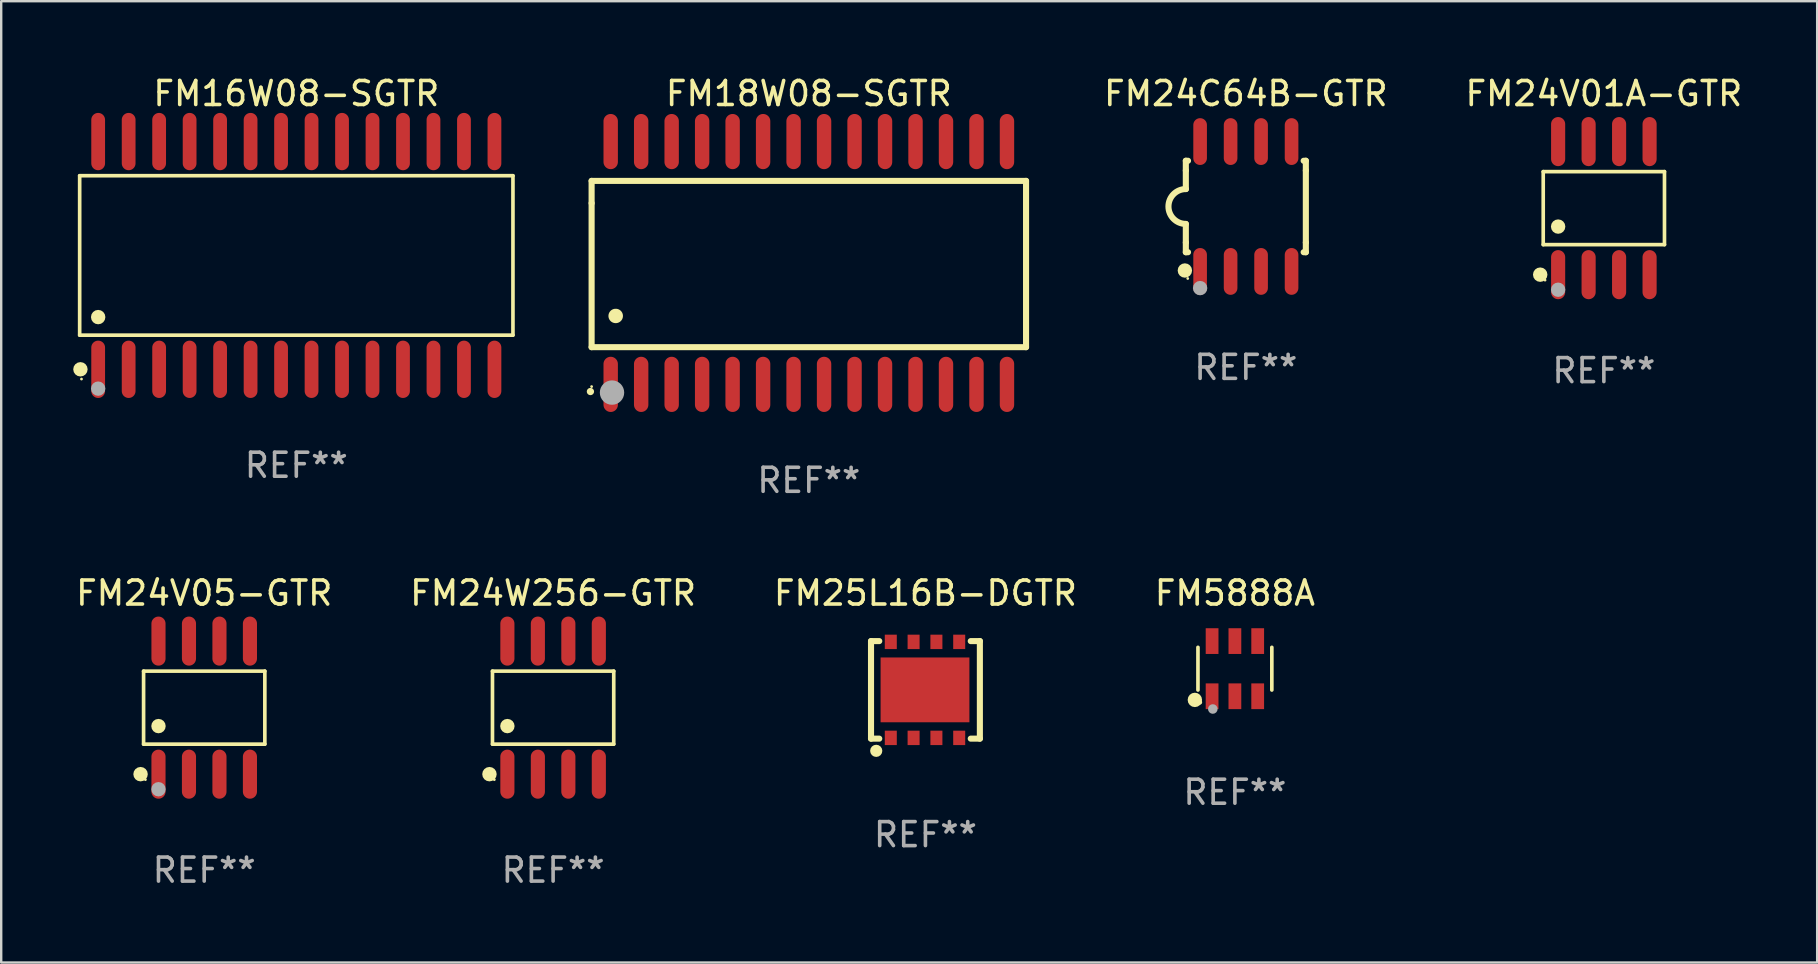
<source format=kicad_pcb>
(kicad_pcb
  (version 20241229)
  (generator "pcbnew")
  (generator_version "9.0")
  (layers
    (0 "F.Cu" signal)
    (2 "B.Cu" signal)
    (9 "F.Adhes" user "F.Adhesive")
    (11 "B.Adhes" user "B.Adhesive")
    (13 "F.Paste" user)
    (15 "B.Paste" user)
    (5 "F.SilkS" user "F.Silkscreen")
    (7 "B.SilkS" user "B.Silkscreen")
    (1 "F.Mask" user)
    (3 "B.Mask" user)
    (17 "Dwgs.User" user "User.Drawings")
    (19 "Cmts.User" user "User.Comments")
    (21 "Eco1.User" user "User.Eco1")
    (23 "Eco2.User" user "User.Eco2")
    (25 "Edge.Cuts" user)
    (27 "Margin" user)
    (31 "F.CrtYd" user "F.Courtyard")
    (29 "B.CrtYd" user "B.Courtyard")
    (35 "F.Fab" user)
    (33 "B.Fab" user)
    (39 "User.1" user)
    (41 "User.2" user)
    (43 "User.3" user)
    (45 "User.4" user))
  (footprint "FM24W256-GTR"
    (layer "F.Cu")
    (at 19.994 26.432)
    (property "Reference" "FM24W256-GTR" (at 0 -4.772 0) (layer "F.SilkS") (effects (font (size 1 1) (thickness 0.15))))
    (attr through_hole)
    (fp_line (start -2.526 -1.521) (end 2.526 -1.521) (stroke (width 0.152) (type solid)) (layer "F.SilkS"))
    (fp_line (start -2.526 1.521) (end -2.526 -1.521) (stroke (width 0.152) (type solid)) (layer "F.SilkS"))
    (fp_line (start 2.526 -1.521) (end 2.526 1.521) (stroke (width 0.152) (type solid)) (layer "F.SilkS"))
    (fp_line (start 2.526 1.521) (end -2.526 1.521) (stroke (width 0.152) (type solid)) (layer "F.SilkS"))
    (fp_circle (center -2.652 2.772) (end -2.501 2.772) (stroke (width 0.3) (type solid)) (fill no) (layer "F.SilkS"))
    (fp_circle (center -2.45 3) (end -2.42 3) (stroke (width 0.06) (type solid)) (fill no) (layer "F.SilkS"))
    (fp_circle (center -1.905 0.769) (end -1.755 0.769) (stroke (width 0.3) (type solid)) (fill no) (layer "F.SilkS"))
    (fp_text user "REF**" (at 0 6.772 0) (layer "F.Fab") (effects (font (size 1 1) (thickness 0.15))))
    (pad "1" smd oval (at -1.905 2.772) (size 0.588 2.045) (layers "F.Cu" "F.Mask" "F.Paste"))
    (pad "2" smd oval (at -0.635 2.772) (size 0.588 2.045) (layers "F.Cu" "F.Mask" "F.Paste"))
    (pad "3" smd oval (at 0.635 2.772) (size 0.588 2.045) (layers "F.Cu" "F.Mask" "F.Paste"))
    (pad "4" smd oval (at 1.905 2.772) (size 0.588 2.045) (layers "F.Cu" "F.Mask" "F.Paste"))
    (pad "5" smd oval (at 1.905 -2.772) (size 0.588 2.045) (layers "F.Cu" "F.Mask" "F.Paste"))
    (pad "6" smd oval (at 0.635 -2.772) (size 0.588 2.045) (layers "F.Cu" "F.Mask" "F.Paste"))
    (pad "7" smd oval (at -0.635 -2.772) (size 0.588 2.045) (layers "F.Cu" "F.Mask" "F.Paste"))
    (pad "8" smd oval (at -1.905 -2.772) (size 0.588 2.045) (layers "F.Cu" "F.Mask" "F.Paste")))
  (footprint "FM16W08-SGTR"
    (layer "F.Cu")
    (at 9.295 7.592)
    (property "Reference" "FM16W08-SGTR" (at 0 -6.744 0) (layer "F.SilkS") (effects (font (size 1 1) (thickness 0.15))))
    (attr through_hole)
    (fp_line (start -9.026 -3.321) (end 9.026 -3.321) (stroke (width 0.152) (type solid)) (layer "F.SilkS"))
    (fp_line (start -9.026 3.321) (end -9.026 -3.321) (stroke (width 0.152) (type solid)) (layer "F.SilkS"))
    (fp_line (start 9.026 -3.321) (end 9.026 3.321) (stroke (width 0.152) (type solid)) (layer "F.SilkS"))
    (fp_line (start 9.026 3.321) (end -9.026 3.321) (stroke (width 0.152) (type solid)) (layer "F.SilkS"))
    (fp_circle (center -8.994 4.744) (end -8.844 4.744) (stroke (width 0.3) (type solid)) (fill no) (layer "F.SilkS"))
    (fp_circle (center -8.95 5.15) (end -8.92 5.15) (stroke (width 0.06) (type solid)) (fill no) (layer "F.SilkS"))
    (fp_circle (center -8.255 2.569) (end -8.105 2.569) (stroke (width 0.3) (type solid)) (fill no) (layer "F.SilkS"))
    (fp_circle (center -8.255 5.55) (end -8.105 5.55) (stroke (width 0.3) (type solid)) (fill no) (layer "F.Fab"))
    (fp_text user "REF**" (at 0 8.744 0) (layer "F.Fab") (effects (font (size 1 1) (thickness 0.15))))
    (pad "1" smd oval (at -8.255 4.744) (size 0.574 2.388) (layers "F.Cu" "F.Mask" "F.Paste"))
    (pad "2" smd oval (at -6.985 4.744) (size 0.574 2.388) (layers "F.Cu" "F.Mask" "F.Paste"))
    (pad "3" smd oval (at -5.715 4.744) (size 0.574 2.388) (layers "F.Cu" "F.Mask" "F.Paste"))
    (pad "4" smd oval (at -4.445 4.744) (size 0.574 2.388) (layers "F.Cu" "F.Mask" "F.Paste"))
    (pad "5" smd oval (at -3.175 4.744) (size 0.574 2.388) (layers "F.Cu" "F.Mask" "F.Paste"))
    (pad "6" smd oval (at -1.905 4.744) (size 0.574 2.388) (layers "F.Cu" "F.Mask" "F.Paste"))
    (pad "7" smd oval (at -0.635 4.744) (size 0.574 2.388) (layers "F.Cu" "F.Mask" "F.Paste"))
    (pad "8" smd oval (at 0.635 4.744) (size 0.574 2.388) (layers "F.Cu" "F.Mask" "F.Paste"))
    (pad "9" smd oval (at 1.905 4.744) (size 0.574 2.388) (layers "F.Cu" "F.Mask" "F.Paste"))
    (pad "10" smd oval (at 3.175 4.744) (size 0.574 2.388) (layers "F.Cu" "F.Mask" "F.Paste"))
    (pad "11" smd oval (at 4.445 4.744) (size 0.574 2.388) (layers "F.Cu" "F.Mask" "F.Paste"))
    (pad "12" smd oval (at 5.715 4.744) (size 0.574 2.388) (layers "F.Cu" "F.Mask" "F.Paste"))
    (pad "13" smd oval (at 6.985 4.744) (size 0.574 2.388) (layers "F.Cu" "F.Mask" "F.Paste"))
    (pad "14" smd oval (at 8.255 4.744) (size 0.574 2.388) (layers "F.Cu" "F.Mask" "F.Paste"))
    (pad "15" smd oval (at 8.255 -4.744) (size 0.574 2.388) (layers "F.Cu" "F.Mask" "F.Paste"))
    (pad "16" smd oval (at 6.985 -4.744) (size 0.574 2.388) (layers "F.Cu" "F.Mask" "F.Paste"))
    (pad "17" smd oval (at 5.715 -4.744) (size 0.574 2.388) (layers "F.Cu" "F.Mask" "F.Paste"))
    (pad "18" smd oval (at 4.445 -4.744) (size 0.574 2.388) (layers "F.Cu" "F.Mask" "F.Paste"))
    (pad "19" smd oval (at 3.175 -4.744) (size 0.574 2.388) (layers "F.Cu" "F.Mask" "F.Paste"))
    (pad "20" smd oval (at 1.905 -4.744) (size 0.574 2.388) (layers "F.Cu" "F.Mask" "F.Paste"))
    (pad "21" smd oval (at 0.635 -4.744) (size 0.574 2.388) (layers "F.Cu" "F.Mask" "F.Paste"))
    (pad "22" smd oval (at -0.635 -4.744) (size 0.574 2.388) (layers "F.Cu" "F.Mask" "F.Paste"))
    (pad "23" smd oval (at -1.905 -4.744) (size 0.574 2.388) (layers "F.Cu" "F.Mask" "F.Paste"))
    (pad "24" smd oval (at -3.175 -4.744) (size 0.574 2.388) (layers "F.Cu" "F.Mask" "F.Paste"))
    (pad "25" smd oval (at -4.445 -4.744) (size 0.574 2.388) (layers "F.Cu" "F.Mask" "F.Paste"))
    (pad "26" smd oval (at -5.715 -4.744) (size 0.574 2.388) (layers "F.Cu" "F.Mask" "F.Paste"))
    (pad "27" smd oval (at -6.985 -4.744) (size 0.574 2.388) (layers "F.Cu" "F.Mask" "F.Paste"))
    (pad "28" smd oval (at -8.255 -4.744) (size 0.574 2.388) (layers "F.Cu" "F.Mask" "F.Paste")))
  (footprint "FM24V01A-GTR"
    (layer "F.Cu")
    (at 63.771 5.621)
    (property "Reference" "FM24V01A-GTR" (at 0 -4.772 0) (layer "F.SilkS") (effects (font (size 1 1) (thickness 0.15))))
    (attr through_hole)
    (fp_line (start -2.526 -1.521) (end 2.526 -1.521) (stroke (width 0.152) (type solid)) (layer "F.SilkS"))
    (fp_line (start -2.526 1.521) (end -2.526 -1.521) (stroke (width 0.152) (type solid)) (layer "F.SilkS"))
    (fp_line (start 2.526 -1.521) (end 2.526 1.521) (stroke (width 0.152) (type solid)) (layer "F.SilkS"))
    (fp_line (start 2.526 1.521) (end -2.526 1.521) (stroke (width 0.152) (type solid)) (layer "F.SilkS"))
    (fp_circle (center -2.652 2.772) (end -2.501 2.772) (stroke (width 0.3) (type solid)) (fill no) (layer "F.SilkS"))
    (fp_circle (center -2.45 3) (end -2.42 3) (stroke (width 0.06) (type solid)) (fill no) (layer "F.SilkS"))
    (fp_circle (center -1.905 0.769) (end -1.755 0.769) (stroke (width 0.3) (type solid)) (fill no) (layer "F.SilkS"))
    (fp_circle (center -1.905 3.4) (end -1.755 3.4) (stroke (width 0.3) (type solid)) (fill no) (layer "F.Fab"))
    (fp_text user "REF**" (at 0 6.772 0) (layer "F.Fab") (effects (font (size 1 1) (thickness 0.15))))
    (pad "1" smd oval (at -1.905 2.772) (size 0.588 2.045) (layers "F.Cu" "F.Mask" "F.Paste"))
    (pad "2" smd oval (at -0.635 2.772) (size 0.588 2.045) (layers "F.Cu" "F.Mask" "F.Paste"))
    (pad "3" smd oval (at 0.635 2.772) (size 0.588 2.045) (layers "F.Cu" "F.Mask" "F.Paste"))
    (pad "4" smd oval (at 1.905 2.772) (size 0.588 2.045) (layers "F.Cu" "F.Mask" "F.Paste"))
    (pad "5" smd oval (at 1.905 -2.772) (size 0.588 2.045) (layers "F.Cu" "F.Mask" "F.Paste"))
    (pad "6" smd oval (at 0.635 -2.772) (size 0.588 2.045) (layers "F.Cu" "F.Mask" "F.Paste"))
    (pad "7" smd oval (at -0.635 -2.772) (size 0.588 2.045) (layers "F.Cu" "F.Mask" "F.Paste"))
    (pad "8" smd oval (at -1.905 -2.772) (size 0.588 2.045) (layers "F.Cu" "F.Mask" "F.Paste")))
  (footprint "FM5888A"
    (layer "F.Cu")
    (at 48.399 24.809)
    (property "Reference" "FM5888A" (at 0 -3.149 0) (layer "F.SilkS") (effects (font (size 1 1) (thickness 0.15))))
    (attr through_hole)
    (fp_line (start -1.539 0.889) (end -1.539 -0.889) (stroke (width 0.152) (type solid)) (layer "F.SilkS"))
    (fp_line (start 1.539 0.889) (end 1.539 -0.889) (stroke (width 0.152) (type solid)) (layer "F.SilkS"))
    (fp_circle (center -1.668 1.301) (end -1.518 1.301) (stroke (width 0.3) (type solid)) (fill no) (layer "F.SilkS"))
    (fp_circle (center -1.463 1.4) (end -1.413 1.4) (stroke (width 0.1) (type solid)) (fill no) (layer "F.SilkS"))
    (fp_circle (center -0.92 1.68) (end -0.82 1.68) (stroke (width 0.2) (type solid)) (fill no) (layer "F.Fab"))
    (fp_text user "REF**" (at 0 5.149 0) (layer "F.Fab") (effects (font (size 1 1) (thickness 0.15))))
    (pad "1" smd rect (at -0.95 1.149) (size 0.532 1.072) (layers "F.Cu" "F.Mask" "F.Paste"))
    (pad "2" smd rect (at 0 1.149) (size 0.532 1.072) (layers "F.Cu" "F.Mask" "F.Paste"))
    (pad "3" smd rect (at 0.95 1.149) (size 0.532 1.072) (layers "F.Cu" "F.Mask" "F.Paste"))
    (pad "4" smd rect (at 0.95 -1.149) (size 0.532 1.072) (layers "F.Cu" "F.Mask" "F.Paste"))
    (pad "5" smd rect (at 0 -1.149) (size 0.532 1.072) (layers "F.Cu" "F.Mask" "F.Paste"))
    (pad "6" smd rect (at -0.95 -1.149) (size 0.532 1.072) (layers "F.Cu" "F.Mask" "F.Paste")))
  (footprint "FM18W08-SGTR"
    (layer "F.Cu")
    (at 30.648 7.906)
    (property "Reference" "FM18W08-SGTR" (at 0 -7.058 0) (layer "F.SilkS") (effects (font (size 1 1) (thickness 0.15))))
    (attr through_hole)
    (fp_line (start -9.05 -3.42) (end 9.05 -3.42) (stroke (width 0.254) (type solid)) (layer "F.SilkS"))
    (fp_line (start -9.05 -2.492) (end -9.05 -3.42) (stroke (width 0.254) (type solid)) (layer "F.SilkS"))
    (fp_line (start -9.05 3.508) (end -9.05 -2.492) (stroke (width 0.254) (type solid)) (layer "F.SilkS"))
    (fp_line (start 9.05 -3.42) (end 9.05 3.508) (stroke (width 0.254) (type solid)) (layer "F.SilkS"))
    (fp_line (start 9.05 3.508) (end -9.05 3.508) (stroke (width 0.254) (type solid)) (layer "F.SilkS"))
    (fp_arc (start -9.100838 5.35649) (mid -9.099568 5.356485) (end -9.098298 5.35649) (stroke (width 0.3) (type solid)) (layer "F.SilkS"))
    (fp_arc (start -8.049276 2.206883) (mid -8.046736 2.206872) (end -8.044196 2.206883) (stroke (width 0.6) (type solid)) (layer "F.SilkS"))
    (fp_circle (center -9.05 5.15) (end -9.02 5.15) (stroke (width 0.06) (type solid)) (fill no) (layer "F.SilkS"))
    (fp_circle (center -8.2 5.4) (end -7.946 5.4) (stroke (width 0.508) (type solid)) (fill no) (layer "F.Fab"))
    (fp_text user "REF**" (at 0 9.058 0) (layer "F.Fab") (effects (font (size 1 1) (thickness 0.15))))
    (pad "1" smd oval (at -8.255 5.058 180) (size 0.6 2.3) (layers "F.Cu" "F.Mask" "F.Paste"))
    (pad "2" smd oval (at -6.985 5.058 180) (size 0.6 2.3) (layers "F.Cu" "F.Mask" "F.Paste"))
    (pad "3" smd oval (at -5.715 5.058 180) (size 0.6 2.3) (layers "F.Cu" "F.Mask" "F.Paste"))
    (pad "4" smd oval (at -4.445 5.058 180) (size 0.6 2.3) (layers "F.Cu" "F.Mask" "F.Paste"))
    (pad "5" smd oval (at -3.175 5.058 180) (size 0.6 2.3) (layers "F.Cu" "F.Mask" "F.Paste"))
    (pad "6" smd oval (at -1.905 5.058 180) (size 0.6 2.3) (layers "F.Cu" "F.Mask" "F.Paste"))
    (pad "7" smd oval (at -0.635 5.058 180) (size 0.6 2.3) (layers "F.Cu" "F.Mask" "F.Paste"))
    (pad "8" smd oval (at 0.635 5.058 180) (size 0.6 2.3) (layers "F.Cu" "F.Mask" "F.Paste"))
    (pad "9" smd oval (at 1.905 5.058 180) (size 0.6 2.3) (layers "F.Cu" "F.Mask" "F.Paste"))
    (pad "10" smd oval (at 3.175 5.058 180) (size 0.6 2.3) (layers "F.Cu" "F.Mask" "F.Paste"))
    (pad "11" smd oval (at 4.445 5.058 180) (size 0.6 2.3) (layers "F.Cu" "F.Mask" "F.Paste"))
    (pad "12" smd oval (at 5.715 5.058 180) (size 0.6 2.3) (layers "F.Cu" "F.Mask" "F.Paste"))
    (pad "13" smd oval (at 6.985 5.058 180) (size 0.6 2.3) (layers "F.Cu" "F.Mask" "F.Paste"))
    (pad "14" smd oval (at 8.255 5.058 180) (size 0.6 2.3) (layers "F.Cu" "F.Mask" "F.Paste"))
    (pad "15" smd oval (at 8.255 -5.058 180) (size 0.6 2.3) (layers "F.Cu" "F.Mask" "F.Paste"))
    (pad "16" smd oval (at 6.985 -5.058 180) (size 0.6 2.3) (layers "F.Cu" "F.Mask" "F.Paste"))
    (pad "17" smd oval (at 5.715 -5.058 180) (size 0.6 2.3) (layers "F.Cu" "F.Mask" "F.Paste"))
    (pad "18" smd oval (at 4.445 -5.058 180) (size 0.6 2.3) (layers "F.Cu" "F.Mask" "F.Paste"))
    (pad "19" smd oval (at 3.175 -5.058 180) (size 0.6 2.3) (layers "F.Cu" "F.Mask" "F.Paste"))
    (pad "20" smd oval (at 1.905 -5.058 180) (size 0.6 2.3) (layers "F.Cu" "F.Mask" "F.Paste"))
    (pad "21" smd oval (at 0.635 -5.058 180) (size 0.6 2.3) (layers "F.Cu" "F.Mask" "F.Paste"))
    (pad "22" smd oval (at -0.635 -5.058 180) (size 0.6 2.3) (layers "F.Cu" "F.Mask" "F.Paste"))
    (pad "23" smd oval (at -1.905 -5.058 180) (size 0.6 2.3) (layers "F.Cu" "F.Mask" "F.Paste"))
    (pad "24" smd oval (at -3.175 -5.058 180) (size 0.6 2.3) (layers "F.Cu" "F.Mask" "F.Paste"))
    (pad "25" smd oval (at -4.445 -5.058 180) (size 0.6 2.3) (layers "F.Cu" "F.Mask" "F.Paste"))
    (pad "26" smd oval (at -5.715 -5.058 180) (size 0.6 2.3) (layers "F.Cu" "F.Mask" "F.Paste"))
    (pad "27" smd oval (at -6.985 -5.058 180) (size 0.6 2.3) (layers "F.Cu" "F.Mask" "F.Paste"))
    (pad "28" smd oval (at -8.255 -5.058 180) (size 0.6 2.3) (layers "F.Cu" "F.Mask" "F.Paste")))
  (footprint "FM25L16B-DGTR"
    (layer "F.Cu")
    (at 35.506 25.692)
    (property "Reference" "FM25L16B-DGTR" (at 0 -4.032 0) (layer "F.SilkS") (effects (font (size 1 1) (thickness 0.15))))
    (attr through_hole)
    (fp_line (start -2.268 2.03) (end -1.924 2.032) (stroke (width 0.254) (type solid)) (layer "F.SilkS"))
    (fp_line (start -2.267 -2.032) (end -2.267 2.032) (stroke (width 0.254) (type solid)) (layer "F.SilkS"))
    (fp_line (start -1.924 -2.032) (end -2.267 -2.032) (stroke (width 0.254) (type solid)) (layer "F.SilkS"))
    (fp_line (start 1.888 2.032) (end 2.268 2.032) (stroke (width 0.254) (type solid)) (layer "F.SilkS"))
    (fp_line (start 2.268 -2.032) (end 1.888 -2.032) (stroke (width 0.254) (type solid)) (layer "F.SilkS"))
    (fp_line (start 2.268 2.032) (end 2.268 -2.032) (stroke (width 0.254) (type solid)) (layer "F.SilkS"))
    (fp_circle (center -2.05 2.54) (end -1.923 2.54) (stroke (width 0.254) (type solid)) (fill no) (layer "F.SilkS"))
    (fp_text user "REF**" (at 0 6.032 0) (layer "F.Fab") (effects (font (size 1 1) (thickness 0.15))))
    (pad "1" smd rect (at -1.443 2 90) (size 0.6 0.5) (layers "F.Cu" "F.Mask" "F.Paste"))
    (pad "2" smd rect (at -0.493 2 90) (size 0.6 0.5) (layers "F.Cu" "F.Mask" "F.Paste"))
    (pad "3" smd rect (at 0.457 2 90) (size 0.6 0.5) (layers "F.Cu" "F.Mask" "F.Paste"))
    (pad "4" smd rect (at 1.407 2 90) (size 0.6 0.5) (layers "F.Cu" "F.Mask" "F.Paste"))
    (pad "5" smd rect (at 1.407 -2 90) (size 0.6 0.5) (layers "F.Cu" "F.Mask" "F.Paste"))
    (pad "6" smd rect (at 0.457 -2 90) (size 0.6 0.5) (layers "F.Cu" "F.Mask" "F.Paste"))
    (pad "7" smd rect (at -0.493 -2 90) (size 0.6 0.5) (layers "F.Cu" "F.Mask" "F.Paste"))
    (pad "8" smd rect (at -1.443 -2 90) (size 0.6 0.5) (layers "F.Cu" "F.Mask" "F.Paste"))
    (pad "9" smd rect (at -0.018 -0.000025 90) (size 2.7 3.7) (layers "F.Cu" "F.Mask" "F.Paste")))
  (footprint "FM24V05-GTR"
    (layer "F.Cu")
    (at 5.458 26.432)
    (property "Reference" "FM24V05-GTR" (at 0 -4.772 0) (layer "F.SilkS") (effects (font (size 1 1) (thickness 0.15))))
    (attr through_hole)
    (fp_line (start -2.526 -1.521) (end 2.526 -1.521) (stroke (width 0.152) (type solid)) (layer "F.SilkS"))
    (fp_line (start -2.526 1.521) (end -2.526 -1.521) (stroke (width 0.152) (type solid)) (layer "F.SilkS"))
    (fp_line (start 2.526 -1.521) (end 2.526 1.521) (stroke (width 0.152) (type solid)) (layer "F.SilkS"))
    (fp_line (start 2.526 1.521) (end -2.526 1.521) (stroke (width 0.152) (type solid)) (layer "F.SilkS"))
    (fp_circle (center -2.652 2.772) (end -2.501 2.772) (stroke (width 0.3) (type solid)) (fill no) (layer "F.SilkS"))
    (fp_circle (center -2.45 3) (end -2.42 3) (stroke (width 0.06) (type solid)) (fill no) (layer "F.SilkS"))
    (fp_circle (center -1.905 0.769) (end -1.755 0.769) (stroke (width 0.3) (type solid)) (fill no) (layer "F.SilkS"))
    (fp_circle (center -1.905 3.4) (end -1.755 3.4) (stroke (width 0.3) (type solid)) (fill no) (layer "F.Fab"))
    (fp_text user "REF**" (at 0 6.772 0) (layer "F.Fab") (effects (font (size 1 1) (thickness 0.15))))
    (pad "1" smd oval (at -1.905 2.772) (size 0.588 2.045) (layers "F.Cu" "F.Mask" "F.Paste"))
    (pad "2" smd oval (at -0.635 2.772) (size 0.588 2.045) (layers "F.Cu" "F.Mask" "F.Paste"))
    (pad "3" smd oval (at 0.635 2.772) (size 0.588 2.045) (layers "F.Cu" "F.Mask" "F.Paste"))
    (pad "4" smd oval (at 1.905 2.772) (size 0.588 2.045) (layers "F.Cu" "F.Mask" "F.Paste"))
    (pad "5" smd oval (at 1.905 -2.772) (size 0.588 2.045) (layers "F.Cu" "F.Mask" "F.Paste"))
    (pad "6" smd oval (at 0.635 -2.772) (size 0.588 2.045) (layers "F.Cu" "F.Mask" "F.Paste"))
    (pad "7" smd oval (at -0.635 -2.772) (size 0.588 2.045) (layers "F.Cu" "F.Mask" "F.Paste"))
    (pad "8" smd oval (at -1.905 -2.772) (size 0.588 2.045) (layers "F.Cu" "F.Mask" "F.Paste")))
  (footprint "FM24C64B-GTR"
    (layer "F.Cu")
    (at 48.855 5.553)
    (property "Reference" "FM24C64B-GTR" (at 0 -4.705 0) (layer "F.SilkS") (effects (font (size 1 1) (thickness 0.15))))
    (attr through_hole)
    (fp_line (start -2.5 -1.905) (end -2.409 -1.905) (stroke (width 0.254) (type solid)) (layer "F.SilkS"))
    (fp_line (start -2.5 -1.5) (end -2.5 -1.905) (stroke (width 0.254) (type solid)) (layer "F.SilkS"))
    (fp_line (start -2.5 -1.5) (end -2.5 -0.726) (stroke (width 0.254) (type solid)) (layer "F.SilkS"))
    (fp_line (start -2.5 1.5) (end -2.5 0.727) (stroke (width 0.254) (type solid)) (layer "F.SilkS"))
    (fp_line (start -2.5 1.5) (end -2.5 1.905) (stroke (width 0.254) (type solid)) (layer "F.SilkS"))
    (fp_line (start -2.5 1.905) (end -2.409 1.905) (stroke (width 0.254) (type solid)) (layer "F.SilkS"))
    (fp_line (start 2.5 -1.905) (end 2.409 -1.905) (stroke (width 0.254) (type solid)) (layer "F.SilkS"))
    (fp_line (start 2.5 -1.5) (end 2.5 -1.905) (stroke (width 0.254) (type solid)) (layer "F.SilkS"))
    (fp_line (start 2.5 -1.5) (end 2.5 1.5) (stroke (width 0.254) (type solid)) (layer "F.SilkS"))
    (fp_line (start 2.5 1.5) (end 2.5 1.905) (stroke (width 0.254) (type solid)) (layer "F.SilkS"))
    (fp_line (start 2.5 1.905) (end 2.409 1.905) (stroke (width 0.254) (type solid)) (layer "F.SilkS"))
    (fp_arc (start -2.5 0.726568) (mid -3.220316 -0.0023) (end -2.495097 -0.726289) (stroke (width 0.254001) (type solid)) (layer "F.SilkS"))
    (fp_circle (center -2.54 2.667) (end -2.39 2.667) (stroke (width 0.3) (type solid)) (fill no) (layer "F.SilkS"))
    (fp_circle (center -2.42 3) (end -2.39 3) (stroke (width 0.06) (type solid)) (fill no) (layer "F.SilkS"))
    (fp_circle (center -1.905 3.4) (end -1.755 3.4) (stroke (width 0.3) (type solid)) (fill no) (layer "F.Fab"))
    (fp_text user "REF**" (at 0 6.705 0) (layer "F.Fab") (effects (font (size 1 1) (thickness 0.15))))
    (pad "1" smd oval (at -1.905 2.705) (size 0.568 1.95) (layers "F.Cu" "F.Mask" "F.Paste"))
    (pad "2" smd oval (at -0.635 2.705) (size 0.568 1.95) (layers "F.Cu" "F.Mask" "F.Paste"))
    (pad "3" smd oval (at 0.635 2.705) (size 0.568 1.95) (layers "F.Cu" "F.Mask" "F.Paste"))
    (pad "4" smd oval (at 1.905 2.705) (size 0.568 1.95) (layers "F.Cu" "F.Mask" "F.Paste"))
    (pad "5" smd oval (at 1.905 -2.705) (size 0.568 1.95) (layers "F.Cu" "F.Mask" "F.Paste"))
    (pad "6" smd oval (at 0.635 -2.705) (size 0.568 1.95) (layers "F.Cu" "F.Mask" "F.Paste"))
    (pad "7" smd oval (at -0.635 -2.705) (size 0.568 1.95) (layers "F.Cu" "F.Mask" "F.Paste"))
    (pad "8" smd oval (at -1.905 -2.705) (size 0.568 1.95) (layers "F.Cu" "F.Mask" "F.Paste")))
  (gr_rect
    (start -3 -3)
    (end 72.658 37.053)
    (stroke (width 0.1) (type default))
    (fill no)
    (layer "Edge.Cuts")))
</source>
